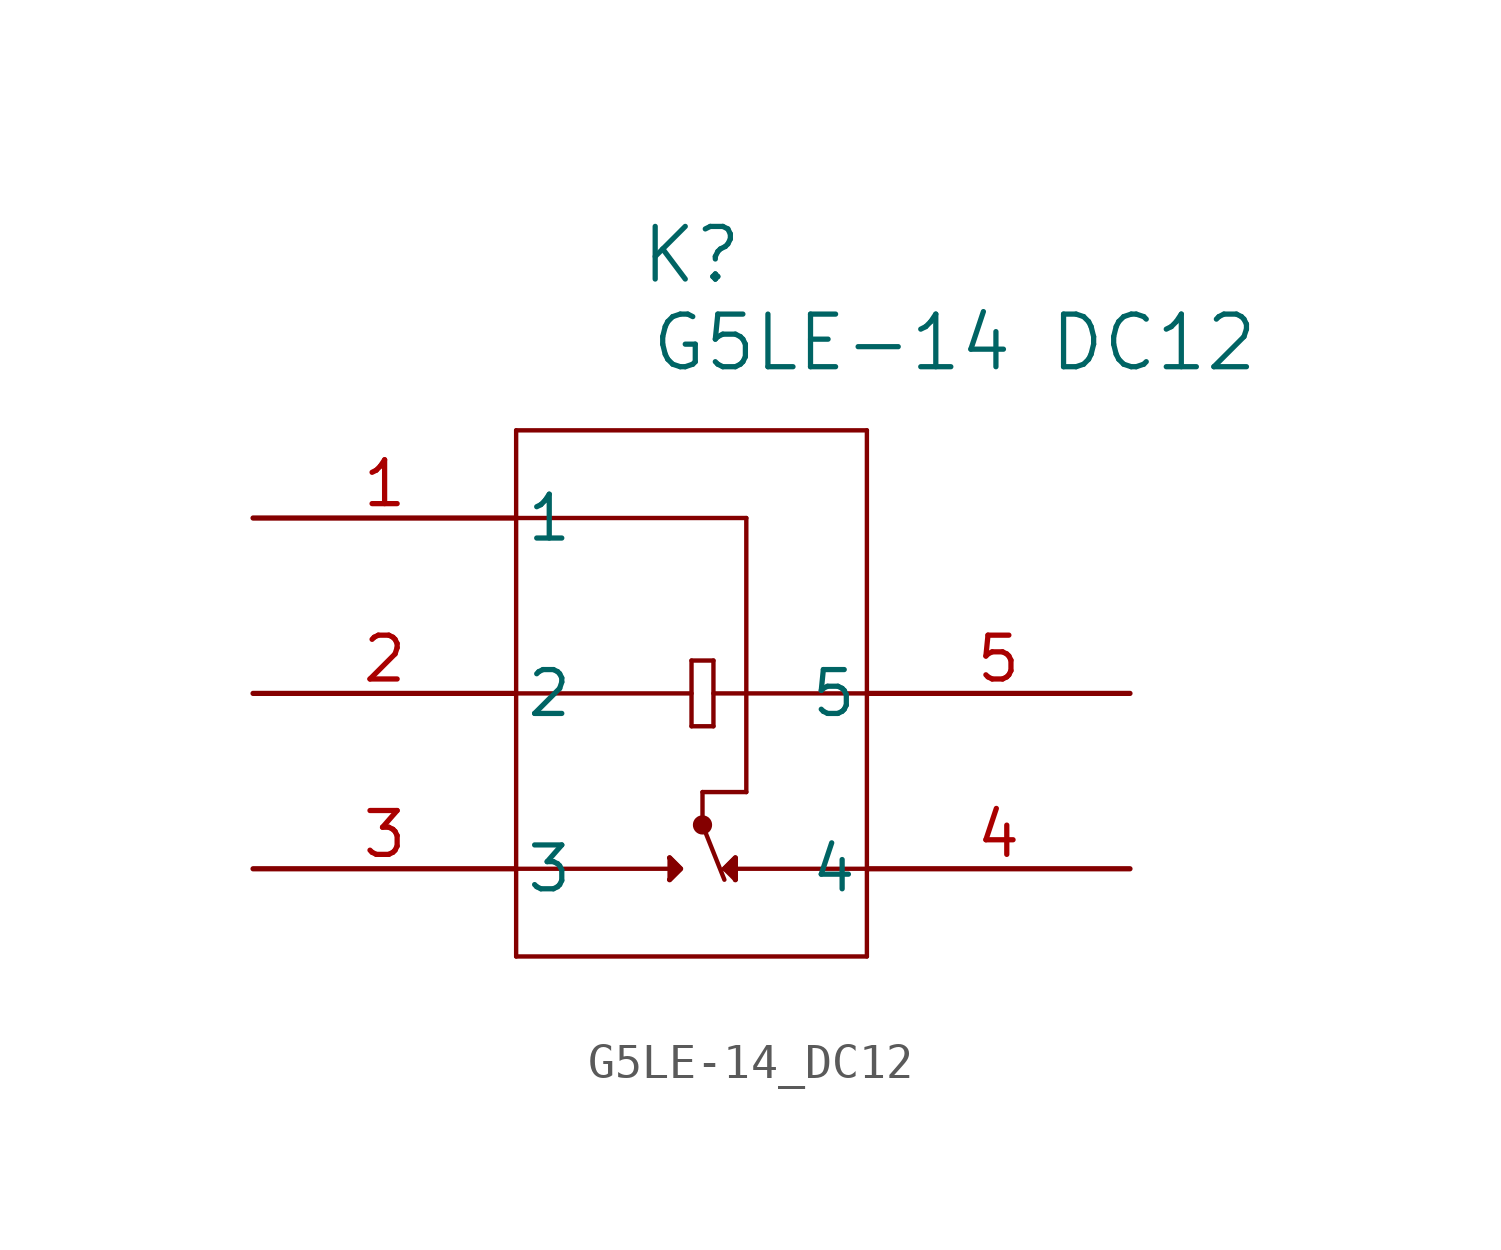
<source format=kicad_sym>
(kicad_symbol_lib
  (version 20211014)
  (generator kicad_symbol_editor)
  (symbol "G5LE-14_DC12"
    (pin_names
      (offset 0.254))
    (property "Reference" "K"
      (at 12.7 7.62 0)
      (effects (font (size 1.524 1.524))))
    (property "Value" "G5LE-14 DC12"
      (at 20.32 5.08 0)
      (effects (font (size 1.524 1.524))))
    (symbol "G5LE-14_DC12_0_1"
      (polyline (pts (xy 12.7 -6.032) (xy 13.335 -6.032)) (stroke (width 0.127) (type default) (color 0 0 0 0)) (fill (type none)))
      (polyline (pts (xy 7.62 2.54) (xy 7.62 -12.7)) (stroke (width 0.127) (type default) (color 0 0 0 0)) (fill (type none)))
      (polyline (pts (xy 7.62 -12.7) (xy 17.78 -12.7)) (stroke (width 0.127) (type default) (color 0 0 0 0)) (fill (type none)))
      (polyline (pts (xy 7.62 0) (xy 14.287 0)) (stroke (width 0.127) (type default) (color 0 0 0 0)) (fill (type none)))
      (polyline (pts (xy 17.78 2.54) (xy 7.62 2.54)) (stroke (width 0.127) (type default) (color 0 0 0 0)) (fill (type none)))
      (polyline (pts (xy 14.287 0) (xy 14.287 -7.938)) (stroke (width 0.127) (type default) (color 0 0 0 0)) (fill (type none)))
      (polyline (pts (xy 12.383 -10.16) (xy 12.065 -9.842)) (stroke (width 0.127) (type default) (color 0 0 0 0)) (fill (type none)))
      (polyline (pts (xy 12.065 -9.842) (xy 12.065 -10.477)) (stroke (width 0.127) (type default) (color 0 0 0 0)) (fill (type none)))
      (polyline (pts (xy 12.065 -10.477) (xy 12.383 -10.16)) (stroke (width 0.127) (type default) (color 0 0 0 0)) (fill (type none)))
      (polyline (pts (xy 7.62 -5.08) (xy 12.7 -5.08)) (stroke (width 0.127) (type default) (color 0 0 0 0)) (fill (type none)))
      (polyline (pts (xy 12.7 -4.128) (xy 12.7 -6.032)) (stroke (width 0.127) (type default) (color 0 0 0 0)) (fill (type none)))
      (polyline (pts (xy 12.7 -4.128) (xy 13.335 -4.128)) (stroke (width 0.127) (type default) (color 0 0 0 0)) (fill (type none)))
      (polyline (pts (xy 13.335 -4.128) (xy 13.335 -6.032)) (stroke (width 0.127) (type default) (color 0 0 0 0)) (fill (type none)))
      (polyline (pts (xy 13.652 -10.16) (xy 13.97 -9.842)) (stroke (width 0.127) (type default) (color 0 0 0 0)) (fill (type none)))
      (polyline (pts (xy 13.335 -5.08) (xy 17.78 -5.08)) (stroke (width 0.127) (type default) (color 0 0 0 0)) (fill (type none)))
      (polyline (pts (xy 17.78 2.54) (xy 17.78 -12.7)) (stroke (width 0.127) (type default) (color 0 0 0 0)) (fill (type none)))
      (polyline (pts (xy 13.97 -9.842) (xy 13.97 -10.477)) (stroke (width 0.127) (type default) (color 0 0 0 0)) (fill (type none)))
      (polyline (pts (xy 13.652 -10.16) (xy 13.97 -10.477)) (stroke (width 0.127) (type default) (color 0 0 0 0)) (fill (type none)))
      (polyline (pts (xy 13.652 -10.477) (xy 13.018 -8.89)) (stroke (width 0.127) (type default) (color 0 0 0 0)) (fill (type none)))
      (polyline (pts (xy 13.018 -8.89) (xy 13.018 -7.938)) (stroke (width 0.127) (type default) (color 0 0 0 0)) (fill (type none)))
      (polyline (pts (xy 7.62 -10.16) (xy 12.065 -10.16)) (stroke (width 0.127) (type default) (color 0 0 0 0)) (fill (type none)))
      (polyline (pts (xy 13.652 -10.16) (xy 17.78 -10.16)) (stroke (width 0.127) (type default) (color 0 0 0 0)) (fill (type none)))
      (polyline (pts (xy 13.018 -7.938) (xy 14.287 -7.938)) (stroke (width 0.127) (type default) (color 0 0 0 0)) (fill (type none)))
      (circle (center 13.018 -8.89) (radius 0.152) (stroke (width 0.254) (type default) (color 0 0 0 0)) (fill (type none)))
      (polyline (pts (xy 12.065 -9.842) (xy 12.383 -10.16) (xy 12.065 -10.477)) (stroke (width 0) (type default) (color 0 0 0 0)) (fill (type outline)))
      (polyline (pts (xy 13.652 -10.16) (xy 13.97 -9.842) (xy 13.97 -10.477)) (stroke (width 0) (type default) (color 0 0 0 0)) (fill (type outline)))
      (pin unspecified line (at 0 0 0) (length 7.62) (name "1" (effects (font (size 1.27 1.27)))) (number "1" (effects (font (size 1.27 1.27)))))
      (pin unspecified line (at 0 -5.08 0) (length 7.62) (name "2" (effects (font (size 1.27 1.27)))) (number "2" (effects (font (size 1.27 1.27)))))
      (pin unspecified line (at 0 -10.16 0) (length 7.62) (name "3" (effects (font (size 1.27 1.27)))) (number "3" (effects (font (size 1.27 1.27)))))
      (pin unspecified line (at 25.4 -10.16 180) (length 7.62) (name "4" (effects (font (size 1.27 1.27)))) (number "4" (effects (font (size 1.27 1.27)))))
      (pin unspecified line (at 25.4 -5.08 180) (length 7.62) (name "5" (effects (font (size 1.27 1.27)))) (number "5" (effects (font (size 1.27 1.27))))))))
</source>
